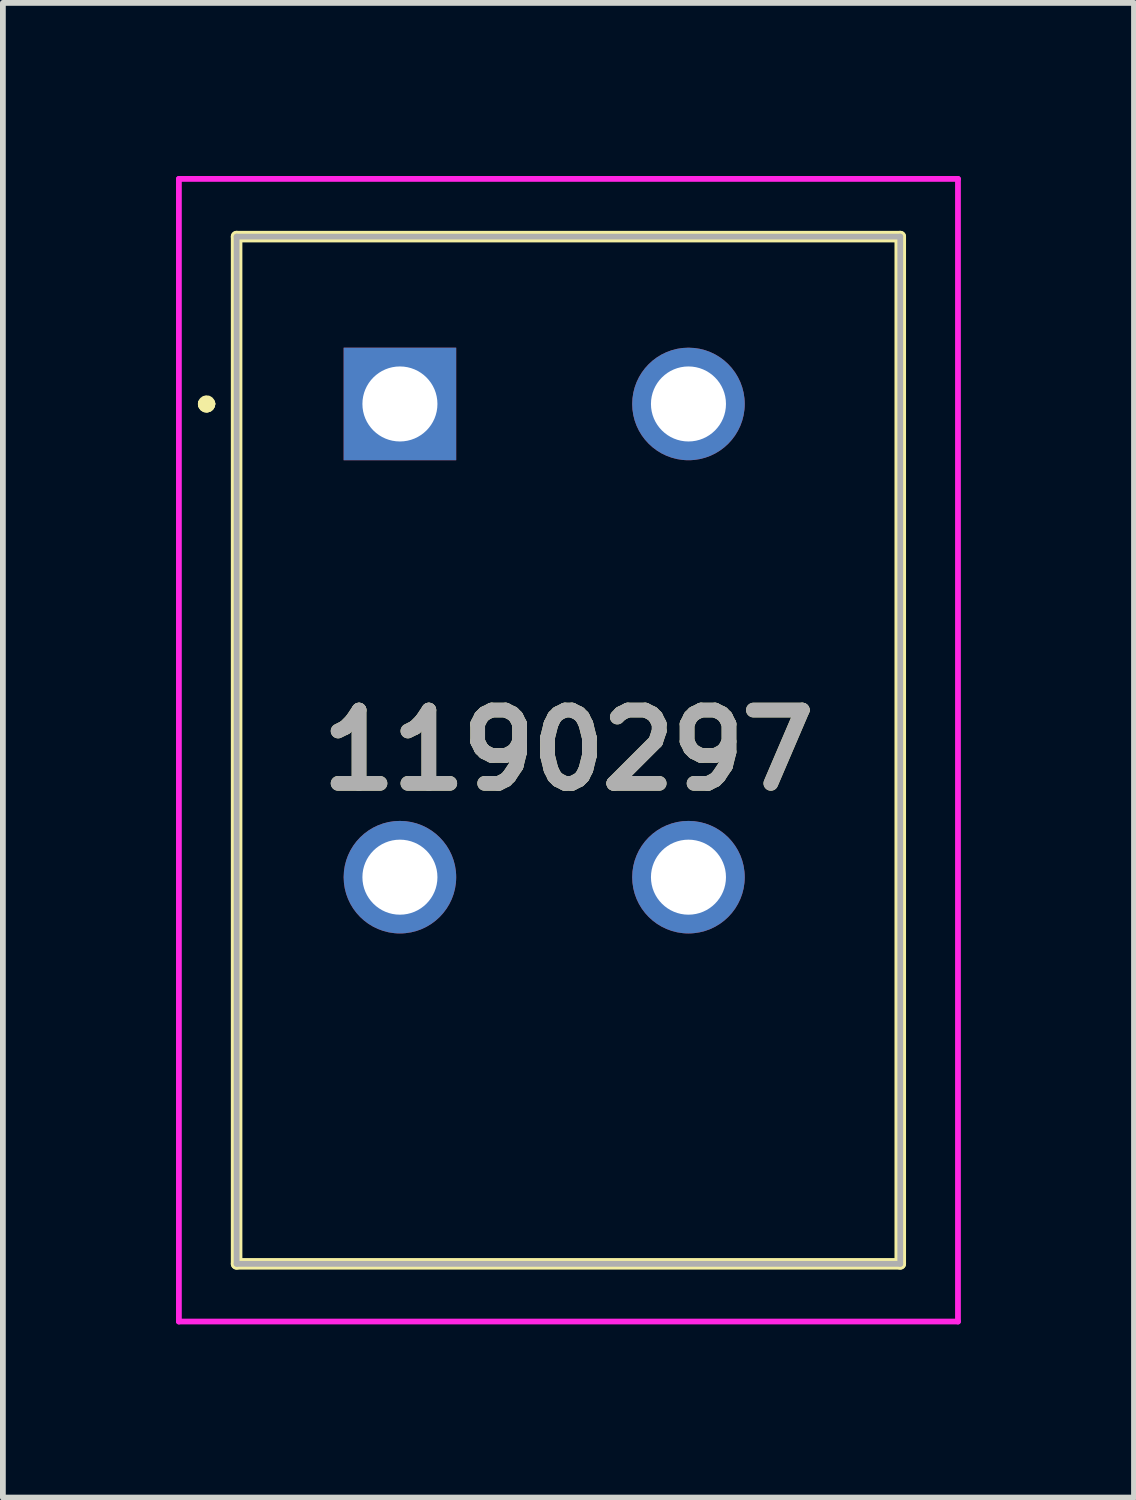
<source format=kicad_pcb>
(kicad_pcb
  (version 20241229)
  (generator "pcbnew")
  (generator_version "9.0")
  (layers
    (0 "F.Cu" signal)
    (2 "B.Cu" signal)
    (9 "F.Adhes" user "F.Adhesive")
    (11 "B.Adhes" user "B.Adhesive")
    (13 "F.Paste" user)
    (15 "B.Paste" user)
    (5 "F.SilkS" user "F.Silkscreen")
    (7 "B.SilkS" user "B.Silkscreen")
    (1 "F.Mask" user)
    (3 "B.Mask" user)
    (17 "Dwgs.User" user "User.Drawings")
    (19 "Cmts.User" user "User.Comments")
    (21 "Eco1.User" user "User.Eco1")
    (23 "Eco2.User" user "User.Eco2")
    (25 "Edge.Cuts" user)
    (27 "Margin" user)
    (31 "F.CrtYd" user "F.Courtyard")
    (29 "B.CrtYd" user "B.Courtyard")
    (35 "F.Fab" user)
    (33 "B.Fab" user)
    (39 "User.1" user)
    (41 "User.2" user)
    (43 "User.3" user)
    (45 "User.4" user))
  (footprint "1190297"
    (layer "F.Cu")
    (at 3.88 3.95)
    (property "Reference" "1190297" (at 2.92 6 0) (layer "F.SilkS") (effects (font (size 1.27 1.27) (thickness 0.254))))
    (attr through_hole)
    (fp_line (start -3.4 0) (end -3.4 0) (stroke (width 0.2) (type solid)) (layer "F.SilkS"))
    (fp_line (start -3.4 0) (end -3.4 0) (stroke (width 0.2) (type solid)) (layer "F.SilkS"))
    (fp_line (start -3.3 0) (end -3.3 0) (stroke (width 0.2) (type solid)) (layer "F.SilkS"))
    (fp_line (start -2.83 -2.9) (end 8.67 -2.9) (stroke (width 0.2) (type solid)) (layer "F.SilkS"))
    (fp_line (start -2.83 14.9) (end -2.83 -2.9) (stroke (width 0.2) (type solid)) (layer "F.SilkS"))
    (fp_line (start 8.67 -2.9) (end 8.67 14.9) (stroke (width 0.2) (type solid)) (layer "F.SilkS"))
    (fp_line (start 8.67 14.9) (end -2.83 14.9) (stroke (width 0.2) (type solid)) (layer "F.SilkS"))
    (fp_arc (start -3.4 0) (mid -3.35 -0.05) (end -3.3 0) (stroke (width 0.2) (type solid)) (layer "F.SilkS"))
    (fp_arc (start -3.3 0) (mid -3.35 0.05) (end -3.4 0) (stroke (width 0.2) (type solid)) (layer "F.SilkS"))
    (fp_arc (start -3.3 0) (mid -3.35 0.05) (end -3.4 0) (stroke (width 0.2) (type solid)) (layer "F.SilkS"))
    (fp_line (start -3.83 -3.9) (end 9.67 -3.9) (stroke (width 0.1) (type solid)) (layer "F.CrtYd"))
    (fp_line (start -3.83 15.9) (end -3.83 -3.9) (stroke (width 0.1) (type solid)) (layer "F.CrtYd"))
    (fp_line (start 9.67 -3.9) (end 9.67 15.9) (stroke (width 0.1) (type solid)) (layer "F.CrtYd"))
    (fp_line (start 9.67 15.9) (end -3.83 15.9) (stroke (width 0.1) (type solid)) (layer "F.CrtYd"))
    (fp_line (start -2.83 -2.9) (end 8.67 -2.9) (stroke (width 0.1) (type solid)) (layer "F.Fab"))
    (fp_line (start -2.83 14.9) (end -2.83 -2.9) (stroke (width 0.1) (type solid)) (layer "F.Fab"))
    (fp_line (start 8.67 -2.9) (end 8.67 14.9) (stroke (width 0.1) (type solid)) (layer "F.Fab"))
    (fp_line (start 8.67 14.9) (end -2.83 14.9) (stroke (width 0.1) (type solid)) (layer "F.Fab"))
    (fp_text user "${REFERENCE}" (at 2.92 6 0) (layer "F.Fab") (effects (font (size 1.27 1.27) (thickness 0.254))))
    (pad "1" thru_hole rect (at 0 0) (size 1.95 1.95) (drill 1.3) (layers "*.Cu" "*.Mask"))
    (pad "2" thru_hole circle (at 0 8.2) (size 1.95 1.95) (drill 1.3) (layers "*.Cu" "*.Mask"))
    (pad "3" thru_hole circle (at 5 0) (size 1.95 1.95) (drill 1.3) (layers "*.Cu" "*.Mask"))
    (pad "4" thru_hole circle (at 5 8.2) (size 1.95 1.95) (drill 1.3) (layers "*.Cu" "*.Mask")))
  (gr_rect
    (start -3 -3)
    (end 16.6 22.9)
    (stroke (width 0.1) (type default))
    (fill no)
    (layer "Edge.Cuts")))
</source>
